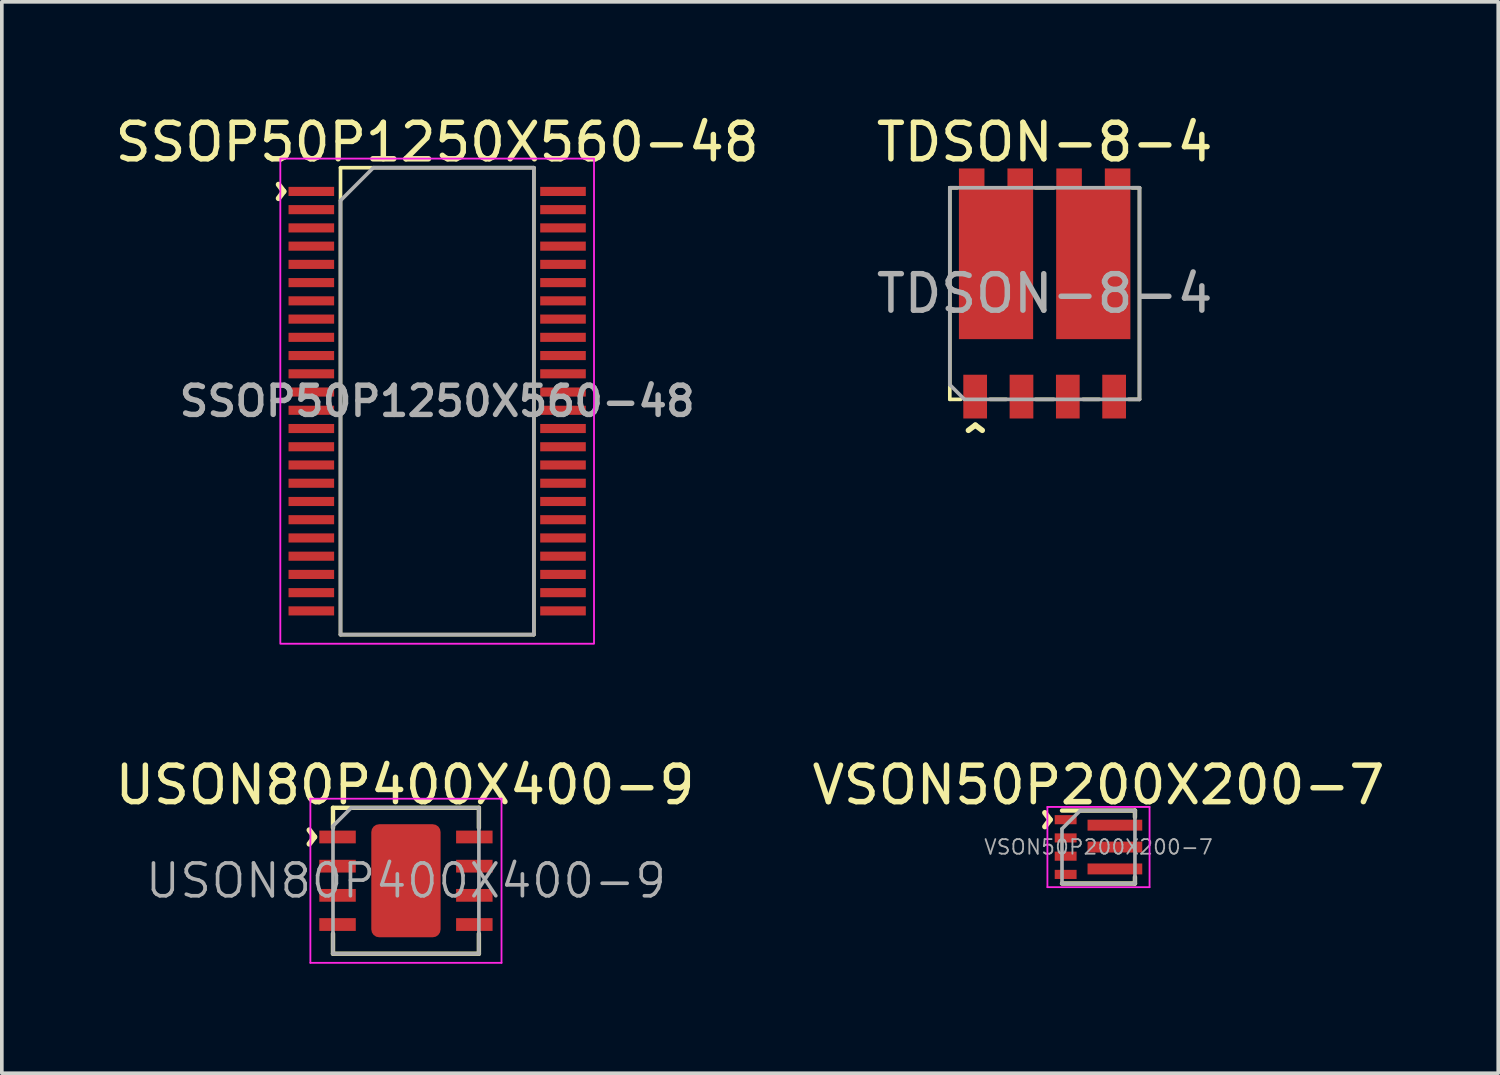
<source format=kicad_pcb>
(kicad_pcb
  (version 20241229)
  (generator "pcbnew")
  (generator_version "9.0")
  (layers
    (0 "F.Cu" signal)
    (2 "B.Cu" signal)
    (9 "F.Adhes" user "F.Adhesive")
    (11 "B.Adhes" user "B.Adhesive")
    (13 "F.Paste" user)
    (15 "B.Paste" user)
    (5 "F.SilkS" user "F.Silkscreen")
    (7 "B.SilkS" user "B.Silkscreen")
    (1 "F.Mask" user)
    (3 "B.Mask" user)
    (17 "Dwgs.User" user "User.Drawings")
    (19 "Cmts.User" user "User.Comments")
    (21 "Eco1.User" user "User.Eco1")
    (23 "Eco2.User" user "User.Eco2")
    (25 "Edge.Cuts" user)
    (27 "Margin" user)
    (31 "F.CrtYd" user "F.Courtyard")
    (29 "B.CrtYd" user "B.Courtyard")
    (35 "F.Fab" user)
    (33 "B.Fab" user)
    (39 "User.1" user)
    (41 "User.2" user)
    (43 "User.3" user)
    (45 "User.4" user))
  (footprint "VSON50P200X200-7"
    (layer "F.Cu")
    (at 27.065 20.172)
    (property "Reference" "VSON50P200X200-7" (at 0 -1.7 0) (unlocked yes) (layer "F.SilkS") (effects (font (size 1 1) (thickness 0.15))))
    (attr smd)
    (fp_line (start -1 -1) (end 1 -1) (stroke (width 0.12) (type solid)) (layer "F.SilkS"))
    (fp_line (start 1 -1) (end 1 -0.82) (stroke (width 0.12) (type solid)) (layer "F.SilkS"))
    (fp_line (start 1 1) (end -1 1) (stroke (width 0.12) (type solid)) (layer "F.SilkS"))
    (fp_line (start 1 1) (end 1 0.82) (stroke (width 0.12) (type solid)) (layer "F.SilkS"))
    (fp_line (start -1.4 -1.1) (end -1.4 1.1) (stroke (width 0.05) (type solid)) (layer "F.CrtYd"))
    (fp_line (start -1.4 -1.1) (end 1.4 -1.1) (stroke (width 0.05) (type solid)) (layer "F.CrtYd"))
    (fp_line (start -1.4 1.1) (end 1.4 1.1) (stroke (width 0.05) (type solid)) (layer "F.CrtYd"))
    (fp_line (start 1.4 1.1) (end 1.4 -1.1) (stroke (width 0.05) (type solid)) (layer "F.CrtYd"))
    (fp_line (start -1 -0.5) (end -1 1) (stroke (width 0.1) (type solid)) (layer "F.Fab"))
    (fp_line (start -1 1) (end 1 1) (stroke (width 0.1) (type solid)) (layer "F.Fab"))
    (fp_line (start -0.5 -1) (end -1 -0.5) (stroke (width 0.1) (type solid)) (layer "F.Fab"))
    (fp_line (start 1 -1) (end -0.5 -1) (stroke (width 0.1) (type solid)) (layer "F.Fab"))
    (fp_line (start 1 1) (end 1 -1) (stroke (width 0.1) (type solid)) (layer "F.Fab"))
    (fp_text user "^" (at -1.92 -0.75 270) (unlocked yes) (layer "F.SilkS") (effects (font (size 1 1) (thickness 0.15))))
    (fp_text user "${REFERENCE}" (at 0 0 0) (unlocked yes) (layer "F.Fab") (effects (font (size 0.4 0.4) (thickness 0.05))))
    (pad "1" smd rect (at -0.9 -0.75) (size 0.6 0.25) (layers "F.Cu" "F.Mask" "F.Paste"))
    (pad "2" smd rect (at -0.9 -0.25) (size 0.6 0.25) (layers "F.Cu" "F.Mask" "F.Paste"))
    (pad "3" smd rect (at -0.9 0.25) (size 0.6 0.25) (layers "F.Cu" "F.Mask" "F.Paste"))
    (pad "4" smd rect (at -0.9 0.75) (size 0.6 0.25) (layers "F.Cu" "F.Mask" "F.Paste"))
    (pad "5" smd rect (at 0.45 0.6) (size 1.5 0.3) (layers "F.Cu" "F.Mask" "F.Paste"))
    (pad "6" smd rect (at 0.45 0) (size 1.5 0.3) (layers "F.Cu" "F.Mask" "F.Paste"))
    (pad "7" smd rect (at 0.45 -0.6) (size 1.5 0.3) (layers "F.Cu" "F.Mask" "F.Paste")))
  (footprint "TDSON-8-4"
    (layer "F.Cu")
    (at 25.589 4.998)
    (property "Reference" "TDSON-8-4" (at 0 -4.15 0) (layer "F.SilkS") (effects (font (size 1 1) (thickness 0.15))))
    (attr smd)
    (fp_line (start -2.6 -2.9) (end -2.6 2.9) (stroke (width 0.1) (type solid)) (layer "F.SilkS"))
    (fp_line (start -2.6 -2.9) (end -2.4 -2.9) (stroke (width 0.1) (type solid)) (layer "F.SilkS"))
    (fp_line (start -2.6 2.9) (end -2.3 2.9) (stroke (width 0.1) (type solid)) (layer "F.SilkS"))
    (fp_line (start -1.05 2.9) (end -1.5 2.9) (stroke (width 0.1) (type solid)) (layer "F.SilkS"))
    (fp_line (start 0.25 -2.9) (end -0.25 -2.9) (stroke (width 0.1) (type solid)) (layer "F.SilkS"))
    (fp_line (start 0.25 2.9) (end -0.25 2.9) (stroke (width 0.1) (type solid)) (layer "F.SilkS"))
    (fp_line (start 1.5 2.9) (end 1.05 2.9) (stroke (width 0.1) (type solid)) (layer "F.SilkS"))
    (fp_line (start 2.6 -2.9) (end 2.4 -2.9) (stroke (width 0.1) (type solid)) (layer "F.SilkS"))
    (fp_line (start 2.6 -2.9) (end 2.6 2.9) (stroke (width 0.1) (type solid)) (layer "F.SilkS"))
    (fp_line (start 2.6 2.9) (end 2.3 2.9) (stroke (width 0.1) (type solid)) (layer "F.SilkS"))
    (fp_line (start -2.6 -2.9) (end -2.6 2.5) (stroke (width 0.1) (type solid)) (layer "F.Fab"))
    (fp_line (start -2.6 2.5) (end -2.2 2.9) (stroke (width 0.1) (type solid)) (layer "F.Fab"))
    (fp_line (start -2.2 2.9) (end 2.6 2.9) (stroke (width 0.1) (type solid)) (layer "F.Fab"))
    (fp_line (start 2.6 -2.9) (end -2.6 -2.9) (stroke (width 0.1) (type solid)) (layer "F.Fab"))
    (fp_line (start 2.6 2.9) (end 2.6 -2.9) (stroke (width 0.1) (type solid)) (layer "F.Fab"))
    (fp_text user "^" (at -1.9 4.2 0) (unlocked yes) (layer "F.SilkS") (effects (font (size 1 1) (thickness 0.15))))
    (fp_text user "${REFERENCE}" (at 0 0 0) (unlocked yes) (layer "F.Fab") (effects (font (size 1 1) (thickness 0.15))))
    (pad "1" smd rect (at -1.905 2.825) (size 0.65 1.2) (layers "F.Cu" "F.Mask" "F.Paste"))
    (pad "2" smd rect (at -0.635 2.825) (size 0.65 1.2) (layers "F.Cu" "F.Mask" "F.Paste"))
    (pad "3" smd rect (at 0.635 2.825) (size 0.65 1.2) (layers "F.Cu" "F.Mask" "F.Paste"))
    (pad "4" smd rect (at 1.905 2.825) (size 0.65 1.2) (layers "F.Cu" "F.Mask" "F.Paste"))
    (pad "5" smd rect (at 1.333 -0.85) (size 2.035 4.2) (layers "F.Cu" "F.Mask" "F.Paste"))
    (pad "5" smd rect (at 2 -3.18) (size 0.7 0.5) (layers "F.Cu" "F.Mask" "F.Paste"))
    (pad "6" smd rect (at 0.67 -3.18) (size 0.7 0.5) (layers "F.Cu" "F.Mask" "F.Paste"))
    (pad "7" smd rect (at -1.333 -0.85) (size 2.035 4.2) (layers "F.Cu" "F.Mask" "F.Paste"))
    (pad "7" smd rect (at -0.67 -3.18) (size 0.7 0.5) (layers "F.Cu" "F.Mask" "F.Paste"))
    (pad "8" smd rect (at -2 -3.18) (size 0.7 0.5) (layers "F.Cu" "F.Mask" "F.Paste")))
  (footprint "SSOP50P1250X560-48"
    (layer "F.Cu")
    (at 8.935 7.948)
    (property "Reference" "SSOP50P1250X560-48" (at 0 -7.1 0) (unlocked yes) (layer "F.SilkS") (effects (font (size 1 1) (thickness 0.15))))
    (fp_line (start -2.65 -6.4) (end -2.65 6.4) (stroke (width 0.1) (type solid)) (layer "F.SilkS"))
    (fp_line (start -2.65 6.4) (end 2.65 6.4) (stroke (width 0.1) (type solid)) (layer "F.SilkS"))
    (fp_line (start 2.65 -6.4) (end -2.65 -6.4) (stroke (width 0.1) (type solid)) (layer "F.SilkS"))
    (fp_line (start 2.65 6.4) (end 2.65 -6.4) (stroke (width 0.1) (type solid)) (layer "F.SilkS"))
    (fp_rect (start -4.3 -6.65) (end 4.3 6.65) (stroke (width 0.05) (type solid)) (fill no) (layer "F.CrtYd"))
    (fp_line (start -2.65 -5.5) (end -2.65 6.4) (stroke (width 0.1) (type solid)) (layer "F.Fab"))
    (fp_line (start -2.65 -5.5) (end -1.75 -6.4) (stroke (width 0.1) (type solid)) (layer "F.Fab"))
    (fp_line (start -2.65 6.4) (end 2.65 6.4) (stroke (width 0.1) (type solid)) (layer "F.Fab"))
    (fp_line (start 2.65 -6.4) (end -1.75 -6.4) (stroke (width 0.1) (type solid)) (layer "F.Fab"))
    (fp_line (start 2.65 6.4) (end 2.65 -6.4) (stroke (width 0.1) (type solid)) (layer "F.Fab"))
    (fp_text user "^" (at -4.8 -5.75 270) (unlocked yes) (layer "F.SilkS") (effects (font (size 1 1) (thickness 0.15))))
    (fp_text user "${REFERENCE}" (at 0 0 180) (layer "F.Fab") (effects (font (size 0.8 0.8) (thickness 0.15))))
    (pad "1" smd rect (at -3.45 -5.75) (size 1.25 0.25) (layers "F.Cu" "F.Mask" "F.Paste"))
    (pad "2" smd rect (at -3.45 -5.25) (size 1.25 0.25) (layers "F.Cu" "F.Mask" "F.Paste"))
    (pad "3" smd rect (at -3.45 -4.75) (size 1.25 0.25) (layers "F.Cu" "F.Mask" "F.Paste"))
    (pad "4" smd rect (at -3.45 -4.25) (size 1.25 0.25) (layers "F.Cu" "F.Mask" "F.Paste"))
    (pad "5" smd rect (at -3.45 -3.75) (size 1.25 0.25) (layers "F.Cu" "F.Mask" "F.Paste"))
    (pad "6" smd rect (at -3.45 -3.25) (size 1.25 0.25) (layers "F.Cu" "F.Mask" "F.Paste"))
    (pad "7" smd rect (at -3.45 -2.75) (size 1.25 0.25) (layers "F.Cu" "F.Mask" "F.Paste"))
    (pad "8" smd rect (at -3.45 -2.25) (size 1.25 0.25) (layers "F.Cu" "F.Mask" "F.Paste"))
    (pad "9" smd rect (at -3.45 -1.75) (size 1.25 0.25) (layers "F.Cu" "F.Mask" "F.Paste"))
    (pad "10" smd rect (at -3.45 -1.25) (size 1.25 0.25) (layers "F.Cu" "F.Mask" "F.Paste"))
    (pad "11" smd rect (at -3.45 -0.75) (size 1.25 0.25) (layers "F.Cu" "F.Mask" "F.Paste"))
    (pad "12" smd rect (at -3.45 -0.25) (size 1.25 0.25) (layers "F.Cu" "F.Mask" "F.Paste"))
    (pad "13" smd rect (at -3.45 0.25) (size 1.25 0.25) (layers "F.Cu" "F.Mask" "F.Paste"))
    (pad "14" smd rect (at -3.45 0.75) (size 1.25 0.25) (layers "F.Cu" "F.Mask" "F.Paste"))
    (pad "15" smd rect (at -3.45 1.25) (size 1.25 0.25) (layers "F.Cu" "F.Mask" "F.Paste"))
    (pad "16" smd rect (at -3.45 1.75) (size 1.25 0.25) (layers "F.Cu" "F.Mask" "F.Paste"))
    (pad "17" smd rect (at -3.45 2.25) (size 1.25 0.25) (layers "F.Cu" "F.Mask" "F.Paste"))
    (pad "18" smd rect (at -3.45 2.75) (size 1.25 0.25) (layers "F.Cu" "F.Mask" "F.Paste"))
    (pad "19" smd rect (at -3.45 3.25) (size 1.25 0.25) (layers "F.Cu" "F.Mask" "F.Paste"))
    (pad "20" smd rect (at -3.45 3.75) (size 1.25 0.25) (layers "F.Cu" "F.Mask" "F.Paste"))
    (pad "21" smd rect (at -3.45 4.25) (size 1.25 0.25) (layers "F.Cu" "F.Mask" "F.Paste"))
    (pad "22" smd rect (at -3.45 4.75) (size 1.25 0.25) (layers "F.Cu" "F.Mask" "F.Paste"))
    (pad "23" smd rect (at -3.45 5.25) (size 1.25 0.25) (layers "F.Cu" "F.Mask" "F.Paste"))
    (pad "24" smd rect (at -3.45 5.75) (size 1.25 0.25) (layers "F.Cu" "F.Mask" "F.Paste"))
    (pad "25" smd rect (at 3.45 5.75) (size 1.25 0.25) (layers "F.Cu" "F.Mask" "F.Paste"))
    (pad "26" smd rect (at 3.45 5.25) (size 1.25 0.25) (layers "F.Cu" "F.Mask" "F.Paste"))
    (pad "27" smd rect (at 3.45 4.75) (size 1.25 0.25) (layers "F.Cu" "F.Mask" "F.Paste"))
    (pad "28" smd rect (at 3.45 4.25) (size 1.25 0.25) (layers "F.Cu" "F.Mask" "F.Paste"))
    (pad "29" smd rect (at 3.45 3.75) (size 1.25 0.25) (layers "F.Cu" "F.Mask" "F.Paste"))
    (pad "30" smd rect (at 3.45 3.25) (size 1.25 0.25) (layers "F.Cu" "F.Mask" "F.Paste"))
    (pad "31" smd rect (at 3.45 2.75) (size 1.25 0.25) (layers "F.Cu" "F.Mask" "F.Paste"))
    (pad "32" smd rect (at 3.45 2.25) (size 1.25 0.25) (layers "F.Cu" "F.Mask" "F.Paste"))
    (pad "33" smd rect (at 3.45 1.75) (size 1.25 0.25) (layers "F.Cu" "F.Mask" "F.Paste"))
    (pad "34" smd rect (at 3.45 1.25) (size 1.25 0.25) (layers "F.Cu" "F.Mask" "F.Paste"))
    (pad "35" smd rect (at 3.45 0.75) (size 1.25 0.25) (layers "F.Cu" "F.Mask" "F.Paste"))
    (pad "36" smd rect (at 3.45 0.25) (size 1.25 0.25) (layers "F.Cu" "F.Mask" "F.Paste"))
    (pad "37" smd rect (at 3.45 -0.25) (size 1.25 0.25) (layers "F.Cu" "F.Mask" "F.Paste"))
    (pad "38" smd rect (at 3.45 -0.75) (size 1.25 0.25) (layers "F.Cu" "F.Mask" "F.Paste"))
    (pad "39" smd rect (at 3.45 -1.25) (size 1.25 0.25) (layers "F.Cu" "F.Mask" "F.Paste"))
    (pad "40" smd rect (at 3.45 -1.75) (size 1.25 0.25) (layers "F.Cu" "F.Mask" "F.Paste"))
    (pad "41" smd rect (at 3.45 -2.25) (size 1.25 0.25) (layers "F.Cu" "F.Mask" "F.Paste"))
    (pad "42" smd rect (at 3.45 -2.75) (size 1.25 0.25) (layers "F.Cu" "F.Mask" "F.Paste"))
    (pad "43" smd rect (at 3.45 -3.25) (size 1.25 0.25) (layers "F.Cu" "F.Mask" "F.Paste"))
    (pad "44" smd rect (at 3.45 -3.75) (size 1.25 0.25) (layers "F.Cu" "F.Mask" "F.Paste"))
    (pad "45" smd rect (at 3.45 -4.25) (size 1.25 0.25) (layers "F.Cu" "F.Mask" "F.Paste"))
    (pad "46" smd rect (at 3.45 -4.75) (size 1.25 0.25) (layers "F.Cu" "F.Mask" "F.Paste"))
    (pad "47" smd rect (at 3.45 -5.25) (size 1.25 0.25) (layers "F.Cu" "F.Mask" "F.Paste"))
    (pad "48" smd rect (at 3.45 -5.75) (size 1.25 0.25) (layers "F.Cu" "F.Mask" "F.Paste")))
  (footprint "USON80P400X400-9"
    (layer "F.Cu")
    (at 8.079 21.096)
    (property "Reference" "USON80P400X400-9" (at -0.025 -2.625 0) (layer "F.SilkS") (effects (font (size 1 1) (thickness 0.15))))
    (attr smd)
    (fp_line (start -2 -2) (end -2 -1.45) (stroke (width 0.12) (type solid)) (layer "F.SilkS"))
    (fp_line (start -2 -2) (end 2 -2) (stroke (width 0.12) (type solid)) (layer "F.SilkS"))
    (fp_line (start -2 2) (end -2 1.45) (stroke (width 0.12) (type solid)) (layer "F.SilkS"))
    (fp_line (start -2 2) (end 2 2) (stroke (width 0.12) (type solid)) (layer "F.SilkS"))
    (fp_line (start 2 -2) (end 2 -1.45) (stroke (width 0.12) (type solid)) (layer "F.SilkS"))
    (fp_line (start 2 2) (end 2 1.45) (stroke (width 0.12) (type solid)) (layer "F.SilkS"))
    (fp_line (start -2.62 -2.25) (end -2.62 2.25) (stroke (width 0.05) (type solid)) (layer "F.CrtYd"))
    (fp_line (start -2.62 2.25) (end 2.62 2.25) (stroke (width 0.05) (type solid)) (layer "F.CrtYd"))
    (fp_line (start 2.62 -2.25) (end -2.62 -2.25) (stroke (width 0.05) (type solid)) (layer "F.CrtYd"))
    (fp_line (start 2.62 2.25) (end 2.62 -2.25) (stroke (width 0.05) (type solid)) (layer "F.CrtYd"))
    (fp_line (start -2 -1.5) (end -1.5 -2) (stroke (width 0.1) (type solid)) (layer "F.Fab"))
    (fp_line (start -2 2) (end -2 -1.5) (stroke (width 0.1) (type solid)) (layer "F.Fab"))
    (fp_line (start -1.5 -2) (end 2 -2) (stroke (width 0.1) (type solid)) (layer "F.Fab"))
    (fp_line (start 2 -2) (end 2 2) (stroke (width 0.1) (type solid)) (layer "F.Fab"))
    (fp_line (start 2 2) (end -2 2) (stroke (width 0.1) (type solid)) (layer "F.Fab"))
    (fp_text user "^" (at -3.1 -1.2 270) (unlocked yes) (layer "F.SilkS") (effects (font (size 1 1) (thickness 0.15))))
    (fp_text user "${REFERENCE}" (at 0 0 0) (layer "F.Fab") (effects (font (size 0.9 0.9) (thickness 0.1))))
    (pad "" smd roundrect (at -0.55 -0.775) (size 0.89 1.25) (layers "F.Paste") (roundrect_rratio 0.25))
    (pad "" smd roundrect (at -0.55 0.775) (size 0.89 1.25) (layers "F.Paste") (roundrect_rratio 0.25))
    (pad "" smd roundrect (at 0.55 -0.775) (size 0.89 1.25) (layers "F.Paste") (roundrect_rratio 0.25))
    (pad "" smd roundrect (at 0.55 0.775) (size 0.89 1.25) (layers "F.Paste") (roundrect_rratio 0.25))
    (pad "1" smd rect (at -1.875 -1.2) (size 1 0.35) (layers "F.Cu" "F.Mask" "F.Paste"))
    (pad "2" smd rect (at -1.875 -0.4) (size 1 0.35) (layers "F.Cu" "F.Mask" "F.Paste"))
    (pad "3" smd rect (at -1.875 0.4) (size 1 0.35) (layers "F.Cu" "F.Mask" "F.Paste"))
    (pad "4" smd rect (at -1.875 1.2) (size 1 0.35) (layers "F.Cu" "F.Mask" "F.Paste"))
    (pad "5" smd rect (at 1.875 1.2) (size 1 0.35) (layers "F.Cu" "F.Mask" "F.Paste"))
    (pad "6" smd rect (at 1.875 0.4) (size 1 0.35) (layers "F.Cu" "F.Mask" "F.Paste"))
    (pad "7" smd rect (at 1.875 -0.4) (size 1 0.35) (layers "F.Cu" "F.Mask" "F.Paste"))
    (pad "8" smd rect (at 1.875 -1.2) (size 1 0.35) (layers "F.Cu" "F.Mask" "F.Paste"))
    (pad "9" smd roundrect (at 0 0) (size 1.9 3.1) (layers "F.Cu" "F.Mask") (roundrect_rratio 0.114)))
  (gr_rect
    (start -3 -3)
    (end 38.024 26.372)
    (stroke (width 0.1) (type default))
    (fill no)
    (layer "Edge.Cuts")))
</source>
